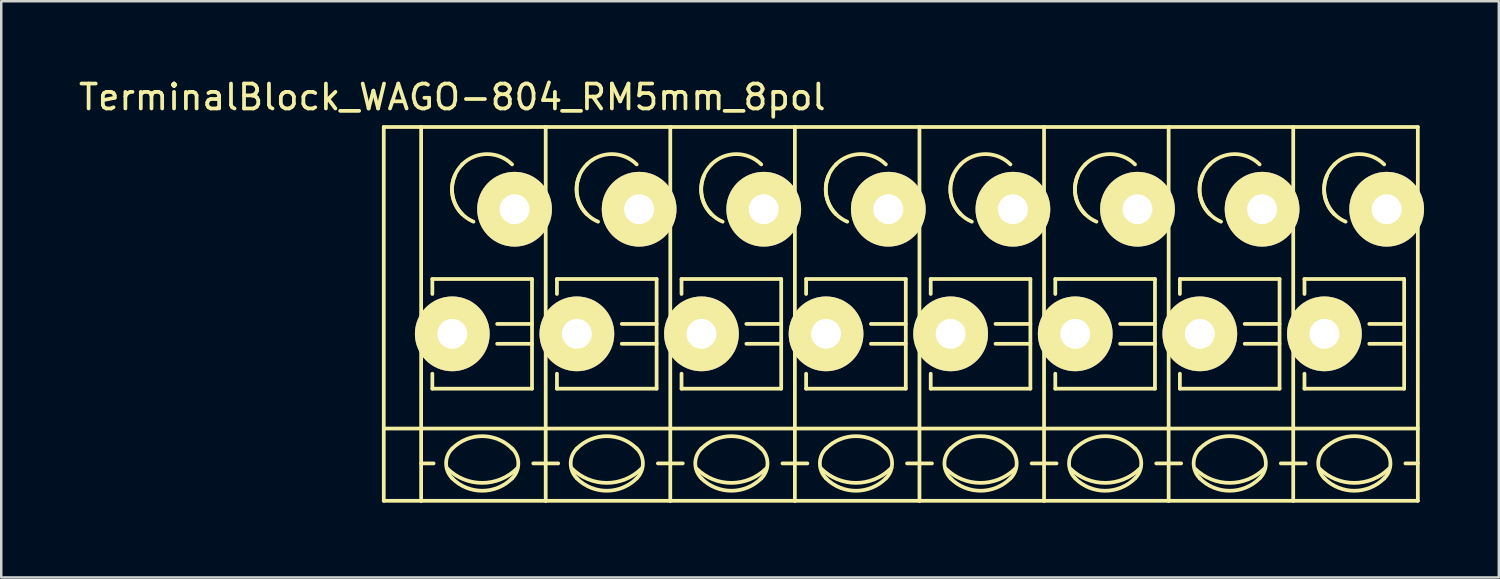
<source format=kicad_pcb>
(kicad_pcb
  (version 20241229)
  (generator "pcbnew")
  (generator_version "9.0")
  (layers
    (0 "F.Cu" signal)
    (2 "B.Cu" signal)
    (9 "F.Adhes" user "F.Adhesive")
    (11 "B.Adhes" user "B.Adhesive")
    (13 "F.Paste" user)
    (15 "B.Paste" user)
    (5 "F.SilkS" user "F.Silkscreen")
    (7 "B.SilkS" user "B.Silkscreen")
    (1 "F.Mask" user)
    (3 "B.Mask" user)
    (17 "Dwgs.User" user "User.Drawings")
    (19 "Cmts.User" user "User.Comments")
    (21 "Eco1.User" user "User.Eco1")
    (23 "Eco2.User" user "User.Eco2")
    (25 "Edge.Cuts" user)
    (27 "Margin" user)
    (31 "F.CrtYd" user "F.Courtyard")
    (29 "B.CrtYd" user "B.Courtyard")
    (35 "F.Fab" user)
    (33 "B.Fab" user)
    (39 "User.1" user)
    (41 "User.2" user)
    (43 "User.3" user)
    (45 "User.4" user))
  (footprint "TerminalBlock_WAGO-804_RM5mm_8pol"
    (layer "F.Cu")
    (at 15.101 10.348)
    (property "Reference" "TerminalBlock_WAGO-804_RM5mm_8pol" (at 0 -9.5 0) (layer "F.SilkS") (effects (font (size 1 1) (thickness 0.15))))
    (attr through_hole)
    (fp_line (start -2.75 -8.3) (end -1.25 -8.3) (stroke (width 0.15) (type solid)) (layer "F.SilkS"))
    (fp_line (start -2.75 6.7) (end -2.75 -8.3) (stroke (width 0.15) (type solid)) (layer "F.SilkS"))
    (fp_line (start -1.25 6.7) (end -2.75 6.7) (stroke (width 0.15) (type solid)) (layer "F.SilkS"))
    (fp_line (start -1.25 5.199) (end -0.749 5.199) (stroke (width 0.15) (type solid)) (layer "F.SilkS"))
    (fp_line (start -1.25 6.701) (end -1.25 -8.301) (stroke (width 0.15) (type solid)) (layer "F.SilkS"))
    (fp_line (start -0.8 -2.2) (end -0.8 -1.6) (stroke (width 0.15) (type solid)) (layer "F.SilkS"))
    (fp_line (start -0.8 -2.2) (end 3.2 -2.2) (stroke (width 0.15) (type solid)) (layer "F.SilkS"))
    (fp_line (start -0.8 2.2) (end -0.8 1.6) (stroke (width 0.15) (type solid)) (layer "F.SilkS"))
    (fp_line (start 3.2 -2.2) (end 3.2 2.2) (stroke (width 0.15) (type solid)) (layer "F.SilkS"))
    (fp_line (start 3.2 -0.399) (end 1.801 -0.399) (stroke (width 0.15) (type solid)) (layer "F.SilkS"))
    (fp_line (start 3.2 0.399) (end 1.801 0.399) (stroke (width 0.15) (type solid)) (layer "F.SilkS"))
    (fp_line (start 3.2 2.2) (end -0.8 2.2) (stroke (width 0.15) (type solid)) (layer "F.SilkS"))
    (fp_line (start 3.749 -8.301) (end -1.25 -8.301) (stroke (width 0.15) (type solid)) (layer "F.SilkS"))
    (fp_line (start 3.749 -8.301) (end 3.749 6.701) (stroke (width 0.15) (type solid)) (layer "F.SilkS"))
    (fp_line (start 3.749 5.199) (end 3.251 5.199) (stroke (width 0.15) (type solid)) (layer "F.SilkS"))
    (fp_line (start 3.749 6.701) (end -1.25 6.701) (stroke (width 0.15) (type solid)) (layer "F.SilkS"))
    (fp_line (start 3.75 3.8) (end -2.75 3.8) (stroke (width 0.15) (type solid)) (layer "F.SilkS"))
    (fp_line (start 3.75 3.8) (end 8.75 3.8) (stroke (width 0.15) (type solid)) (layer "F.SilkS"))
    (fp_line (start 3.75 5.199) (end 4.251 5.199) (stroke (width 0.15) (type solid)) (layer "F.SilkS"))
    (fp_line (start 4.2 -2.2) (end 4.2 -1.6) (stroke (width 0.15) (type solid)) (layer "F.SilkS"))
    (fp_line (start 4.2 -2.2) (end 8.2 -2.2) (stroke (width 0.15) (type solid)) (layer "F.SilkS"))
    (fp_line (start 4.2 2.2) (end 4.2 1.6) (stroke (width 0.15) (type solid)) (layer "F.SilkS"))
    (fp_line (start 8.2 -2.2) (end 8.2 2.2) (stroke (width 0.15) (type solid)) (layer "F.SilkS"))
    (fp_line (start 8.2 -0.399) (end 6.801 -0.399) (stroke (width 0.15) (type solid)) (layer "F.SilkS"))
    (fp_line (start 8.2 0.399) (end 6.801 0.399) (stroke (width 0.15) (type solid)) (layer "F.SilkS"))
    (fp_line (start 8.2 2.2) (end 4.2 2.2) (stroke (width 0.15) (type solid)) (layer "F.SilkS"))
    (fp_line (start 8.749 -8.301) (end 3.75 -8.301) (stroke (width 0.15) (type solid)) (layer "F.SilkS"))
    (fp_line (start 8.749 -8.301) (end 8.749 6.701) (stroke (width 0.15) (type solid)) (layer "F.SilkS"))
    (fp_line (start 8.749 5.199) (end 8.251 5.199) (stroke (width 0.15) (type solid)) (layer "F.SilkS"))
    (fp_line (start 8.749 6.701) (end 3.75 6.701) (stroke (width 0.15) (type solid)) (layer "F.SilkS"))
    (fp_line (start 8.75 3.8) (end 13.75 3.8) (stroke (width 0.15) (type solid)) (layer "F.SilkS"))
    (fp_line (start 8.75 5.199) (end 9.251 5.199) (stroke (width 0.15) (type solid)) (layer "F.SilkS"))
    (fp_line (start 9.2 -2.2) (end 9.2 -1.6) (stroke (width 0.15) (type solid)) (layer "F.SilkS"))
    (fp_line (start 9.2 -2.2) (end 13.2 -2.2) (stroke (width 0.15) (type solid)) (layer "F.SilkS"))
    (fp_line (start 9.2 2.2) (end 9.2 1.6) (stroke (width 0.15) (type solid)) (layer "F.SilkS"))
    (fp_line (start 13.2 -2.2) (end 13.2 2.2) (stroke (width 0.15) (type solid)) (layer "F.SilkS"))
    (fp_line (start 13.2 -0.399) (end 11.801 -0.399) (stroke (width 0.15) (type solid)) (layer "F.SilkS"))
    (fp_line (start 13.2 0.399) (end 11.801 0.399) (stroke (width 0.15) (type solid)) (layer "F.SilkS"))
    (fp_line (start 13.2 2.2) (end 9.2 2.2) (stroke (width 0.15) (type solid)) (layer "F.SilkS"))
    (fp_line (start 13.749 -8.301) (end 8.75 -8.301) (stroke (width 0.15) (type solid)) (layer "F.SilkS"))
    (fp_line (start 13.749 -8.301) (end 13.749 6.701) (stroke (width 0.15) (type solid)) (layer "F.SilkS"))
    (fp_line (start 13.749 5.199) (end 13.251 5.199) (stroke (width 0.15) (type solid)) (layer "F.SilkS"))
    (fp_line (start 13.749 6.701) (end 8.75 6.701) (stroke (width 0.15) (type solid)) (layer "F.SilkS"))
    (fp_line (start 13.75 3.8) (end 18.75 3.8) (stroke (width 0.15) (type solid)) (layer "F.SilkS"))
    (fp_line (start 13.75 5.199) (end 14.251 5.199) (stroke (width 0.15) (type solid)) (layer "F.SilkS"))
    (fp_line (start 14.2 -2.2) (end 14.2 -1.6) (stroke (width 0.15) (type solid)) (layer "F.SilkS"))
    (fp_line (start 14.2 -2.2) (end 18.2 -2.2) (stroke (width 0.15) (type solid)) (layer "F.SilkS"))
    (fp_line (start 14.2 2.2) (end 14.2 1.6) (stroke (width 0.15) (type solid)) (layer "F.SilkS"))
    (fp_line (start 18.2 -2.2) (end 18.2 2.2) (stroke (width 0.15) (type solid)) (layer "F.SilkS"))
    (fp_line (start 18.2 -0.399) (end 16.801 -0.399) (stroke (width 0.15) (type solid)) (layer "F.SilkS"))
    (fp_line (start 18.2 0.399) (end 16.801 0.399) (stroke (width 0.15) (type solid)) (layer "F.SilkS"))
    (fp_line (start 18.2 2.2) (end 14.2 2.2) (stroke (width 0.15) (type solid)) (layer "F.SilkS"))
    (fp_line (start 18.749 -8.301) (end 13.75 -8.301) (stroke (width 0.15) (type solid)) (layer "F.SilkS"))
    (fp_line (start 18.749 -8.301) (end 18.749 6.701) (stroke (width 0.15) (type solid)) (layer "F.SilkS"))
    (fp_line (start 18.749 5.199) (end 18.251 5.199) (stroke (width 0.15) (type solid)) (layer "F.SilkS"))
    (fp_line (start 18.749 6.701) (end 13.75 6.701) (stroke (width 0.15) (type solid)) (layer "F.SilkS"))
    (fp_line (start 18.75 3.8) (end 23.75 3.8) (stroke (width 0.15) (type solid)) (layer "F.SilkS"))
    (fp_line (start 18.75 5.199) (end 19.251 5.199) (stroke (width 0.15) (type solid)) (layer "F.SilkS"))
    (fp_line (start 19.2 -2.2) (end 19.2 -1.6) (stroke (width 0.15) (type solid)) (layer "F.SilkS"))
    (fp_line (start 19.2 -2.2) (end 23.2 -2.2) (stroke (width 0.15) (type solid)) (layer "F.SilkS"))
    (fp_line (start 19.2 2.2) (end 19.2 1.6) (stroke (width 0.15) (type solid)) (layer "F.SilkS"))
    (fp_line (start 23.2 -2.2) (end 23.2 2.2) (stroke (width 0.15) (type solid)) (layer "F.SilkS"))
    (fp_line (start 23.2 -0.399) (end 21.801 -0.399) (stroke (width 0.15) (type solid)) (layer "F.SilkS"))
    (fp_line (start 23.2 0.399) (end 21.801 0.399) (stroke (width 0.15) (type solid)) (layer "F.SilkS"))
    (fp_line (start 23.2 2.2) (end 19.2 2.2) (stroke (width 0.15) (type solid)) (layer "F.SilkS"))
    (fp_line (start 23.749 -8.301) (end 18.75 -8.301) (stroke (width 0.15) (type solid)) (layer "F.SilkS"))
    (fp_line (start 23.749 -8.301) (end 23.749 6.701) (stroke (width 0.15) (type solid)) (layer "F.SilkS"))
    (fp_line (start 23.749 5.199) (end 23.251 5.199) (stroke (width 0.15) (type solid)) (layer "F.SilkS"))
    (fp_line (start 23.749 6.701) (end 18.75 6.701) (stroke (width 0.15) (type solid)) (layer "F.SilkS"))
    (fp_line (start 23.75 3.8) (end 28.75 3.8) (stroke (width 0.15) (type solid)) (layer "F.SilkS"))
    (fp_line (start 23.75 5.199) (end 24.251 5.199) (stroke (width 0.15) (type solid)) (layer "F.SilkS"))
    (fp_line (start 24.2 -2.2) (end 24.2 -1.6) (stroke (width 0.15) (type solid)) (layer "F.SilkS"))
    (fp_line (start 24.2 -2.2) (end 28.2 -2.2) (stroke (width 0.15) (type solid)) (layer "F.SilkS"))
    (fp_line (start 24.2 2.2) (end 24.2 1.6) (stroke (width 0.15) (type solid)) (layer "F.SilkS"))
    (fp_line (start 28.2 -2.2) (end 28.2 2.2) (stroke (width 0.15) (type solid)) (layer "F.SilkS"))
    (fp_line (start 28.2 -0.399) (end 26.801 -0.399) (stroke (width 0.15) (type solid)) (layer "F.SilkS"))
    (fp_line (start 28.2 0.399) (end 26.801 0.399) (stroke (width 0.15) (type solid)) (layer "F.SilkS"))
    (fp_line (start 28.2 2.2) (end 24.2 2.2) (stroke (width 0.15) (type solid)) (layer "F.SilkS"))
    (fp_line (start 28.749 -8.301) (end 23.75 -8.301) (stroke (width 0.15) (type solid)) (layer "F.SilkS"))
    (fp_line (start 28.749 -8.301) (end 28.749 6.701) (stroke (width 0.15) (type solid)) (layer "F.SilkS"))
    (fp_line (start 28.749 5.199) (end 28.251 5.199) (stroke (width 0.15) (type solid)) (layer "F.SilkS"))
    (fp_line (start 28.749 6.701) (end 23.75 6.701) (stroke (width 0.15) (type solid)) (layer "F.SilkS"))
    (fp_line (start 28.75 3.8) (end 33.75 3.8) (stroke (width 0.15) (type solid)) (layer "F.SilkS"))
    (fp_line (start 28.75 5.199) (end 29.251 5.199) (stroke (width 0.15) (type solid)) (layer "F.SilkS"))
    (fp_line (start 29.2 -2.2) (end 29.2 -1.6) (stroke (width 0.15) (type solid)) (layer "F.SilkS"))
    (fp_line (start 29.2 -2.2) (end 33.2 -2.2) (stroke (width 0.15) (type solid)) (layer "F.SilkS"))
    (fp_line (start 29.2 2.2) (end 29.2 1.6) (stroke (width 0.15) (type solid)) (layer "F.SilkS"))
    (fp_line (start 33.2 -2.2) (end 33.2 2.2) (stroke (width 0.15) (type solid)) (layer "F.SilkS"))
    (fp_line (start 33.2 -0.399) (end 31.801 -0.399) (stroke (width 0.15) (type solid)) (layer "F.SilkS"))
    (fp_line (start 33.2 0.399) (end 31.801 0.399) (stroke (width 0.15) (type solid)) (layer "F.SilkS"))
    (fp_line (start 33.2 2.2) (end 29.2 2.2) (stroke (width 0.15) (type solid)) (layer "F.SilkS"))
    (fp_line (start 33.749 -8.301) (end 28.75 -8.301) (stroke (width 0.15) (type solid)) (layer "F.SilkS"))
    (fp_line (start 33.749 -8.301) (end 33.749 6.701) (stroke (width 0.15) (type solid)) (layer "F.SilkS"))
    (fp_line (start 33.749 5.199) (end 33.251 5.199) (stroke (width 0.15) (type solid)) (layer "F.SilkS"))
    (fp_line (start 33.749 6.701) (end 28.75 6.701) (stroke (width 0.15) (type solid)) (layer "F.SilkS"))
    (fp_line (start 33.75 3.8) (end 38.75 3.8) (stroke (width 0.15) (type solid)) (layer "F.SilkS"))
    (fp_line (start 33.75 5.199) (end 34.251 5.199) (stroke (width 0.15) (type solid)) (layer "F.SilkS"))
    (fp_line (start 34.2 -2.2) (end 34.2 -1.6) (stroke (width 0.15) (type solid)) (layer "F.SilkS"))
    (fp_line (start 34.2 -2.2) (end 38.2 -2.2) (stroke (width 0.15) (type solid)) (layer "F.SilkS"))
    (fp_line (start 34.2 2.2) (end 34.2 1.6) (stroke (width 0.15) (type solid)) (layer "F.SilkS"))
    (fp_line (start 38.2 -2.2) (end 38.2 2.2) (stroke (width 0.15) (type solid)) (layer "F.SilkS"))
    (fp_line (start 38.2 -0.399) (end 36.801 -0.399) (stroke (width 0.15) (type solid)) (layer "F.SilkS"))
    (fp_line (start 38.2 0.399) (end 36.801 0.399) (stroke (width 0.15) (type solid)) (layer "F.SilkS"))
    (fp_line (start 38.2 2.2) (end 34.2 2.2) (stroke (width 0.15) (type solid)) (layer "F.SilkS"))
    (fp_line (start 38.749 -8.301) (end 33.75 -8.301) (stroke (width 0.15) (type solid)) (layer "F.SilkS"))
    (fp_line (start 38.749 -8.301) (end 38.749 6.701) (stroke (width 0.15) (type solid)) (layer "F.SilkS"))
    (fp_line (start 38.749 5.199) (end 38.251 5.199) (stroke (width 0.15) (type solid)) (layer "F.SilkS"))
    (fp_line (start 38.749 6.701) (end 33.75 6.701) (stroke (width 0.15) (type solid)) (layer "F.SilkS"))
    (fp_arc (start 0 4.60248) (mid 1.19888 4.105888) (end 2.39776 4.60248) (stroke (width 0.15) (type solid)) (layer "F.SilkS"))
    (fp_arc (start 0 5.79882) (mid -0.248296 5.19938) (end 0 4.59994) (stroke (width 0.15) (type solid)) (layer "F.SilkS"))
    (fp_arc (start 0.39878 -6.79958) (mid 1.39954 -7.214108) (end 2.4003 -6.79958) (stroke (width 0.15) (type solid)) (layer "F.SilkS"))
    (fp_arc (start 0.39878 -4.8006) (mid -0.013952 -5.800616) (end 0.40132 -6.79958) (stroke (width 0.15) (type solid)) (layer "F.SilkS"))
    (fp_arc (start 0.8509 -4.50088) (mid 0.093811 -5.268985) (end 0.1016 -6.34746) (stroke (width 0.15) (type solid)) (layer "F.SilkS"))
    (fp_arc (start 2.4003 5.79882) (mid 1.200676 6.297208) (end 0 5.80136) (stroke (width 0.15) (type solid)) (layer "F.SilkS"))
    (fp_arc (start 2.40284 4.59994) (mid 2.650392 5.201176) (end 2.4003 5.80136) (stroke (width 0.15) (type solid)) (layer "F.SilkS"))
    (fp_arc (start 2.60096 5.40004) (mid 1.200676 5.981545) (end -0.20066 5.40258) (stroke (width 0.15) (type solid)) (layer "F.SilkS"))
    (fp_arc (start 5 4.60248) (mid 6.19888 4.105888) (end 7.39776 4.60248) (stroke (width 0.15) (type solid)) (layer "F.SilkS"))
    (fp_arc (start 5 5.79882) (mid 4.751704 5.19938) (end 5 4.59994) (stroke (width 0.15) (type solid)) (layer "F.SilkS"))
    (fp_arc (start 5.39878 -6.79958) (mid 6.39954 -7.214108) (end 7.4003 -6.79958) (stroke (width 0.15) (type solid)) (layer "F.SilkS"))
    (fp_arc (start 5.39878 -4.8006) (mid 4.986048 -5.800616) (end 5.40132 -6.79958) (stroke (width 0.15) (type solid)) (layer "F.SilkS"))
    (fp_arc (start 5.8509 -4.50088) (mid 5.093811 -5.268985) (end 5.1016 -6.34746) (stroke (width 0.15) (type solid)) (layer "F.SilkS"))
    (fp_arc (start 7.4003 5.79882) (mid 6.200676 6.297208) (end 5 5.80136) (stroke (width 0.15) (type solid)) (layer "F.SilkS"))
    (fp_arc (start 7.40284 4.59994) (mid 7.650392 5.201176) (end 7.4003 5.80136) (stroke (width 0.15) (type solid)) (layer "F.SilkS"))
    (fp_arc (start 7.60096 5.40004) (mid 6.200676 5.981545) (end 4.79934 5.40258) (stroke (width 0.15) (type solid)) (layer "F.SilkS"))
    (fp_arc (start 10 4.60248) (mid 11.19888 4.105888) (end 12.39776 4.60248) (stroke (width 0.15) (type solid)) (layer "F.SilkS"))
    (fp_arc (start 10 5.79882) (mid 9.751704 5.19938) (end 10 4.59994) (stroke (width 0.15) (type solid)) (layer "F.SilkS"))
    (fp_arc (start 10.39878 -6.79958) (mid 11.39954 -7.214108) (end 12.4003 -6.79958) (stroke (width 0.15) (type solid)) (layer "F.SilkS"))
    (fp_arc (start 10.39878 -4.8006) (mid 9.986048 -5.800616) (end 10.40132 -6.79958) (stroke (width 0.15) (type solid)) (layer "F.SilkS"))
    (fp_arc (start 10.8509 -4.50088) (mid 10.093811 -5.268985) (end 10.1016 -6.34746) (stroke (width 0.15) (type solid)) (layer "F.SilkS"))
    (fp_arc (start 12.4003 5.79882) (mid 11.200676 6.297208) (end 10 5.80136) (stroke (width 0.15) (type solid)) (layer "F.SilkS"))
    (fp_arc (start 12.40284 4.59994) (mid 12.650392 5.201176) (end 12.4003 5.80136) (stroke (width 0.15) (type solid)) (layer "F.SilkS"))
    (fp_arc (start 12.60096 5.40004) (mid 11.200676 5.981545) (end 9.79934 5.40258) (stroke (width 0.15) (type solid)) (layer "F.SilkS"))
    (fp_arc (start 15 4.60248) (mid 16.19888 4.105888) (end 17.39776 4.60248) (stroke (width 0.15) (type solid)) (layer "F.SilkS"))
    (fp_arc (start 15 5.79882) (mid 14.751704 5.19938) (end 15 4.59994) (stroke (width 0.15) (type solid)) (layer "F.SilkS"))
    (fp_arc (start 15.39878 -6.79958) (mid 16.39954 -7.214108) (end 17.4003 -6.79958) (stroke (width 0.15) (type solid)) (layer "F.SilkS"))
    (fp_arc (start 15.39878 -4.8006) (mid 14.986048 -5.800616) (end 15.40132 -6.79958) (stroke (width 0.15) (type solid)) (layer "F.SilkS"))
    (fp_arc (start 15.8509 -4.50088) (mid 15.093811 -5.268985) (end 15.1016 -6.34746) (stroke (width 0.15) (type solid)) (layer "F.SilkS"))
    (fp_arc (start 17.4003 5.79882) (mid 16.200676 6.297208) (end 15 5.80136) (stroke (width 0.15) (type solid)) (layer "F.SilkS"))
    (fp_arc (start 17.40284 4.59994) (mid 17.650392 5.201176) (end 17.4003 5.80136) (stroke (width 0.15) (type solid)) (layer "F.SilkS"))
    (fp_arc (start 17.60096 5.40004) (mid 16.200676 5.981545) (end 14.79934 5.40258) (stroke (width 0.15) (type solid)) (layer "F.SilkS"))
    (fp_arc (start 20 4.60248) (mid 21.19888 4.105888) (end 22.39776 4.60248) (stroke (width 0.15) (type solid)) (layer "F.SilkS"))
    (fp_arc (start 20 5.79882) (mid 19.751704 5.19938) (end 20 4.59994) (stroke (width 0.15) (type solid)) (layer "F.SilkS"))
    (fp_arc (start 20.39878 -6.79958) (mid 21.39954 -7.214108) (end 22.4003 -6.79958) (stroke (width 0.15) (type solid)) (layer "F.SilkS"))
    (fp_arc (start 20.39878 -4.8006) (mid 19.986048 -5.800616) (end 20.40132 -6.79958) (stroke (width 0.15) (type solid)) (layer "F.SilkS"))
    (fp_arc (start 20.8509 -4.50088) (mid 20.093811 -5.268985) (end 20.1016 -6.34746) (stroke (width 0.15) (type solid)) (layer "F.SilkS"))
    (fp_arc (start 22.4003 5.79882) (mid 21.200676 6.297208) (end 20 5.80136) (stroke (width 0.15) (type solid)) (layer "F.SilkS"))
    (fp_arc (start 22.40284 4.59994) (mid 22.650392 5.201176) (end 22.4003 5.80136) (stroke (width 0.15) (type solid)) (layer "F.SilkS"))
    (fp_arc (start 22.60096 5.40004) (mid 21.200676 5.981545) (end 19.79934 5.40258) (stroke (width 0.15) (type solid)) (layer "F.SilkS"))
    (fp_arc (start 25 4.60248) (mid 26.19888 4.105888) (end 27.39776 4.60248) (stroke (width 0.15) (type solid)) (layer "F.SilkS"))
    (fp_arc (start 25 5.79882) (mid 24.751704 5.19938) (end 25 4.59994) (stroke (width 0.15) (type solid)) (layer "F.SilkS"))
    (fp_arc (start 25.39878 -6.79958) (mid 26.39954 -7.214108) (end 27.4003 -6.79958) (stroke (width 0.15) (type solid)) (layer "F.SilkS"))
    (fp_arc (start 25.39878 -4.8006) (mid 24.986048 -5.800616) (end 25.40132 -6.79958) (stroke (width 0.15) (type solid)) (layer "F.SilkS"))
    (fp_arc (start 25.8509 -4.50088) (mid 25.093811 -5.268985) (end 25.1016 -6.34746) (stroke (width 0.15) (type solid)) (layer "F.SilkS"))
    (fp_arc (start 27.4003 5.79882) (mid 26.200676 6.297208) (end 25 5.80136) (stroke (width 0.15) (type solid)) (layer "F.SilkS"))
    (fp_arc (start 27.40284 4.59994) (mid 27.650392 5.201176) (end 27.4003 5.80136) (stroke (width 0.15) (type solid)) (layer "F.SilkS"))
    (fp_arc (start 27.60096 5.40004) (mid 26.200676 5.981545) (end 24.79934 5.40258) (stroke (width 0.15) (type solid)) (layer "F.SilkS"))
    (fp_arc (start 30 4.60248) (mid 31.19888 4.105888) (end 32.39776 4.60248) (stroke (width 0.15) (type solid)) (layer "F.SilkS"))
    (fp_arc (start 30 5.79882) (mid 29.751704 5.19938) (end 30 4.59994) (stroke (width 0.15) (type solid)) (layer "F.SilkS"))
    (fp_arc (start 30.39878 -6.79958) (mid 31.39954 -7.214108) (end 32.4003 -6.79958) (stroke (width 0.15) (type solid)) (layer "F.SilkS"))
    (fp_arc (start 30.39878 -4.8006) (mid 29.986048 -5.800616) (end 30.40132 -6.79958) (stroke (width 0.15) (type solid)) (layer "F.SilkS"))
    (fp_arc (start 30.8509 -4.50088) (mid 30.093811 -5.268985) (end 30.1016 -6.34746) (stroke (width 0.15) (type solid)) (layer "F.SilkS"))
    (fp_arc (start 32.4003 5.79882) (mid 31.200676 6.297208) (end 30 5.80136) (stroke (width 0.15) (type solid)) (layer "F.SilkS"))
    (fp_arc (start 32.40284 4.59994) (mid 32.650392 5.201176) (end 32.4003 5.80136) (stroke (width 0.15) (type solid)) (layer "F.SilkS"))
    (fp_arc (start 32.60096 5.40004) (mid 31.200676 5.981545) (end 29.79934 5.40258) (stroke (width 0.15) (type solid)) (layer "F.SilkS"))
    (fp_arc (start 35 4.60248) (mid 36.19888 4.105888) (end 37.39776 4.60248) (stroke (width 0.15) (type solid)) (layer "F.SilkS"))
    (fp_arc (start 35 5.79882) (mid 34.751704 5.19938) (end 35 4.59994) (stroke (width 0.15) (type solid)) (layer "F.SilkS"))
    (fp_arc (start 35.39878 -6.79958) (mid 36.39954 -7.214108) (end 37.4003 -6.79958) (stroke (width 0.15) (type solid)) (layer "F.SilkS"))
    (fp_arc (start 35.39878 -4.8006) (mid 34.986048 -5.800616) (end 35.40132 -6.79958) (stroke (width 0.15) (type solid)) (layer "F.SilkS"))
    (fp_arc (start 35.8509 -4.50088) (mid 35.093811 -5.268985) (end 35.1016 -6.34746) (stroke (width 0.15) (type solid)) (layer "F.SilkS"))
    (fp_arc (start 37.4003 5.79882) (mid 36.200676 6.297208) (end 35 5.80136) (stroke (width 0.15) (type solid)) (layer "F.SilkS"))
    (fp_arc (start 37.40284 4.59994) (mid 37.650392 5.201176) (end 37.4003 5.80136) (stroke (width 0.15) (type solid)) (layer "F.SilkS"))
    (fp_arc (start 37.60096 5.40004) (mid 36.200676 5.981545) (end 34.79934 5.40258) (stroke (width 0.15) (type solid)) (layer "F.SilkS"))
    (pad "1" thru_hole circle (at 0 0) (size 3 3) (drill 1.2) (layers "*.Cu" "*.Mask" "F.SilkS"))
    (pad "1" thru_hole circle (at 2.499 -5.001) (size 3 3) (drill 1.2) (layers "*.Cu" "*.Mask" "F.SilkS"))
    (pad "2" thru_hole circle (at 5 0) (size 3 3) (drill 1.2) (layers "*.Cu" "*.Mask" "F.SilkS"))
    (pad "2" thru_hole circle (at 7.499 -5.001) (size 3 3) (drill 1.2) (layers "*.Cu" "*.Mask" "F.SilkS"))
    (pad "3" thru_hole circle (at 10 0) (size 3 3) (drill 1.2) (layers "*.Cu" "*.Mask" "F.SilkS"))
    (pad "3" thru_hole circle (at 12.499 -5.001) (size 3 3) (drill 1.2) (layers "*.Cu" "*.Mask" "F.SilkS"))
    (pad "4" thru_hole circle (at 15 0) (size 3 3) (drill 1.2) (layers "*.Cu" "*.Mask" "F.SilkS"))
    (pad "4" thru_hole circle (at 17.499 -5.001) (size 3 3) (drill 1.2) (layers "*.Cu" "*.Mask" "F.SilkS"))
    (pad "5" thru_hole circle (at 20 0) (size 3 3) (drill 1.2) (layers "*.Cu" "*.Mask" "F.SilkS"))
    (pad "5" thru_hole circle (at 22.499 -5.001) (size 3 3) (drill 1.2) (layers "*.Cu" "*.Mask" "F.SilkS"))
    (pad "6" thru_hole circle (at 25 0) (size 3 3) (drill 1.2) (layers "*.Cu" "*.Mask" "F.SilkS"))
    (pad "6" thru_hole circle (at 27.499 -5.001) (size 3 3) (drill 1.2) (layers "*.Cu" "*.Mask" "F.SilkS"))
    (pad "7" thru_hole circle (at 30 0) (size 3 3) (drill 1.2) (layers "*.Cu" "*.Mask" "F.SilkS"))
    (pad "7" thru_hole circle (at 32.499 -5.001) (size 3 3) (drill 1.2) (layers "*.Cu" "*.Mask" "F.SilkS"))
    (pad "8" thru_hole circle (at 35 0) (size 3 3) (drill 1.2) (layers "*.Cu" "*.Mask" "F.SilkS"))
    (pad "8" thru_hole circle (at 37.499 -5.001) (size 3 3) (drill 1.2) (layers "*.Cu" "*.Mask" "F.SilkS")))
  (gr_rect
    (start -3 -3)
    (end 57.101 20.124)
    (stroke (width 0.1) (type default))
    (fill no)
    (layer "Edge.Cuts")))
</source>
